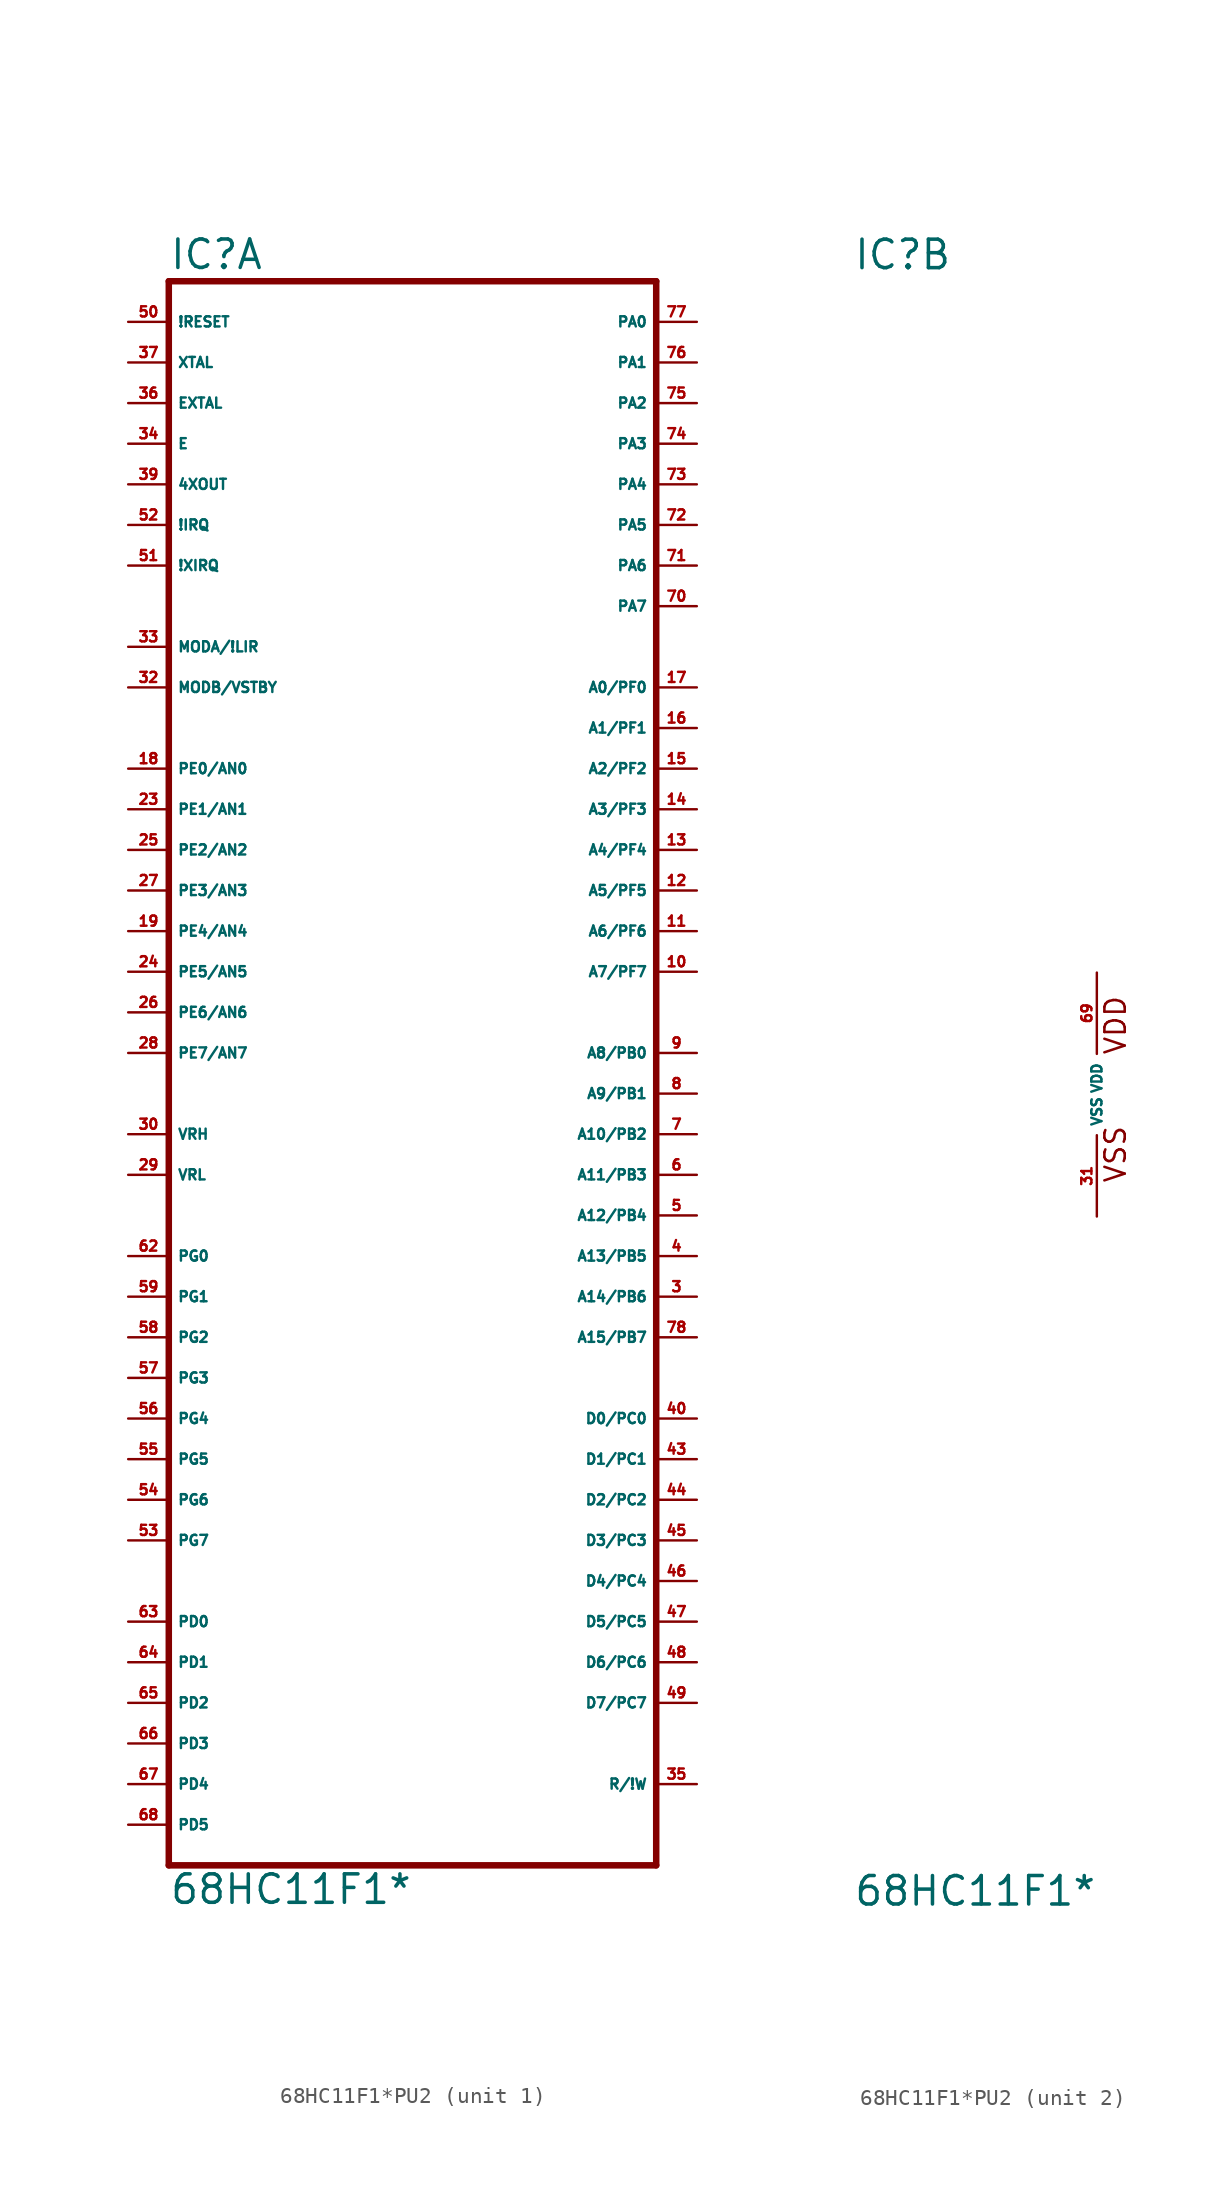
<source format=kicad_sym>
(kicad_symbol_lib
  (version 20220914)
  (generator Eagle2Kicad)
  (symbol "68HC11F1*PU2"
    (property "Reference" "IC"
      (at -15.24 51.435 0)
      (effects (font (size 1.778 1.778) (thickness 0.22)) (justify left bottom)))
    (property "Value" "68HC11F1*"
      (at -15.24 -50.8 0)
      (effects (font (size 1.778 1.778) (thickness 0.22)) (justify left bottom)))
    (symbol "68HC11F1*PU2_1_0"
      (polyline (pts (xy -15.24 -48.26) (xy 15.24 -48.26)) (stroke (width 0.406) (type default)) (fill (type none)))
      (polyline (pts (xy 15.24 -48.26) (xy 15.24 50.8)) (stroke (width 0.406) (type default)) (fill (type none)))
      (polyline (pts (xy 15.24 50.8) (xy -15.24 50.8)) (stroke (width 0.406) (type default)) (fill (type none)))
      (polyline (pts (xy -15.24 50.8) (xy -15.24 -48.26)) (stroke (width 0.406) (type default)) (fill (type none)))
      (pin bidirectional line (at -17.78 27.94 0) (length 2.54) (name "MODA/!LIR" (effects (font (size 0.635 0.635) (thickness 0.08)) (justify left bottom))) (number "33" (effects (font (size 0.635 0.635) (thickness 0.08)) (justify left bottom))))
      (pin output line (at -17.78 40.64 0) (length 2.54) (name "E" (effects (font (size 0.635 0.635) (thickness 0.08)) (justify left bottom))) (number "34" (effects (font (size 0.635 0.635) (thickness 0.08)) (justify left bottom))))
      (pin bidirectional line (at 17.78 -43.18 180) (length 2.54) (name "R/!W" (effects (font (size 0.635 0.635) (thickness 0.08)) (justify left bottom))) (number "35" (effects (font (size 0.635 0.635) (thickness 0.08)) (justify left bottom))))
      (pin input line (at -17.78 43.18 0) (length 2.54) (name "EXTAL" (effects (font (size 0.635 0.635) (thickness 0.08)) (justify left bottom))) (number "36" (effects (font (size 0.635 0.635) (thickness 0.08)) (justify left bottom))))
      (pin output line (at -17.78 45.72 0) (length 2.54) (name "XTAL" (effects (font (size 0.635 0.635) (thickness 0.08)) (justify left bottom))) (number "37" (effects (font (size 0.635 0.635) (thickness 0.08)) (justify left bottom))))
      (pin tri_state line (at 17.78 -20.32 180) (length 2.54) (name "D0/PC0" (effects (font (size 0.635 0.635) (thickness 0.08)) (justify left bottom))) (number "40" (effects (font (size 0.635 0.635) (thickness 0.08)) (justify left bottom))))
      (pin bidirectional line (at -17.78 48.26 0) (length 2.54) (name "!RESET" (effects (font (size 0.635 0.635) (thickness 0.08)) (justify left bottom))) (number "50" (effects (font (size 0.635 0.635) (thickness 0.08)) (justify left bottom))))
      (pin input line (at -17.78 33.02 0) (length 2.54) (name "!XIRQ" (effects (font (size 0.635 0.635) (thickness 0.08)) (justify left bottom))) (number "51" (effects (font (size 0.635 0.635) (thickness 0.08)) (justify left bottom))))
      (pin input line (at -17.78 35.56 0) (length 2.54) (name "!IRQ" (effects (font (size 0.635 0.635) (thickness 0.08)) (justify left bottom))) (number "52" (effects (font (size 0.635 0.635) (thickness 0.08)) (justify left bottom))))
      (pin bidirectional line (at -17.78 -33.02 0) (length 2.54) (name "PD0" (effects (font (size 0.635 0.635) (thickness 0.08)) (justify left bottom))) (number "63" (effects (font (size 0.635 0.635) (thickness 0.08)) (justify left bottom))))
      (pin bidirectional line (at -17.78 -35.56 0) (length 2.54) (name "PD1" (effects (font (size 0.635 0.635) (thickness 0.08)) (justify left bottom))) (number "64" (effects (font (size 0.635 0.635) (thickness 0.08)) (justify left bottom))))
      (pin bidirectional line (at -17.78 -38.1 0) (length 2.54) (name "PD2" (effects (font (size 0.635 0.635) (thickness 0.08)) (justify left bottom))) (number "65" (effects (font (size 0.635 0.635) (thickness 0.08)) (justify left bottom))))
      (pin bidirectional line (at -17.78 -40.64 0) (length 2.54) (name "PD3" (effects (font (size 0.635 0.635) (thickness 0.08)) (justify left bottom))) (number "66" (effects (font (size 0.635 0.635) (thickness 0.08)) (justify left bottom))))
      (pin bidirectional line (at -17.78 -43.18 0) (length 2.54) (name "PD4" (effects (font (size 0.635 0.635) (thickness 0.08)) (justify left bottom))) (number "67" (effects (font (size 0.635 0.635) (thickness 0.08)) (justify left bottom))))
      (pin bidirectional line (at -17.78 -45.72 0) (length 2.54) (name "PD5" (effects (font (size 0.635 0.635) (thickness 0.08)) (justify left bottom))) (number "68" (effects (font (size 0.635 0.635) (thickness 0.08)) (justify left bottom))))
      (pin output line (at 17.78 2.54 180) (length 2.54) (name "A8/PB0" (effects (font (size 0.635 0.635) (thickness 0.08)) (justify left bottom))) (number "9" (effects (font (size 0.635 0.635) (thickness 0.08)) (justify left bottom))))
      (pin bidirectional line (at 17.78 48.26 180) (length 2.54) (name "PA0" (effects (font (size 0.635 0.635) (thickness 0.08)) (justify left bottom))) (number "77" (effects (font (size 0.635 0.635) (thickness 0.08)) (justify left bottom))))
      (pin input line (at -17.78 20.32 0) (length 2.54) (name "PE0/AN0" (effects (font (size 0.635 0.635) (thickness 0.08)) (justify left bottom))) (number "18" (effects (font (size 0.635 0.635) (thickness 0.08)) (justify left bottom))))
      (pin input line (at -17.78 17.78 0) (length 2.54) (name "PE1/AN1" (effects (font (size 0.635 0.635) (thickness 0.08)) (justify left bottom))) (number "23" (effects (font (size 0.635 0.635) (thickness 0.08)) (justify left bottom))))
      (pin input line (at -17.78 15.24 0) (length 2.54) (name "PE2/AN2" (effects (font (size 0.635 0.635) (thickness 0.08)) (justify left bottom))) (number "25" (effects (font (size 0.635 0.635) (thickness 0.08)) (justify left bottom))))
      (pin input line (at -17.78 12.7 0) (length 2.54) (name "PE3/AN3" (effects (font (size 0.635 0.635) (thickness 0.08)) (justify left bottom))) (number "27" (effects (font (size 0.635 0.635) (thickness 0.08)) (justify left bottom))))
      (pin input line (at -17.78 10.16 0) (length 2.54) (name "PE4/AN4" (effects (font (size 0.635 0.635) (thickness 0.08)) (justify left bottom))) (number "19" (effects (font (size 0.635 0.635) (thickness 0.08)) (justify left bottom))))
      (pin input line (at -17.78 7.62 0) (length 2.54) (name "PE5/AN5" (effects (font (size 0.635 0.635) (thickness 0.08)) (justify left bottom))) (number "24" (effects (font (size 0.635 0.635) (thickness 0.08)) (justify left bottom))))
      (pin input line (at -17.78 5.08 0) (length 2.54) (name "PE6/AN6" (effects (font (size 0.635 0.635) (thickness 0.08)) (justify left bottom))) (number "26" (effects (font (size 0.635 0.635) (thickness 0.08)) (justify left bottom))))
      (pin input line (at -17.78 2.54 0) (length 2.54) (name "PE7/AN7" (effects (font (size 0.635 0.635) (thickness 0.08)) (justify left bottom))) (number "28" (effects (font (size 0.635 0.635) (thickness 0.08)) (justify left bottom))))
      (pin input line (at -17.78 -5.08 0) (length 2.54) (name "VRL" (effects (font (size 0.635 0.635) (thickness 0.08)) (justify left bottom))) (number "29" (effects (font (size 0.635 0.635) (thickness 0.08)) (justify left bottom))))
      (pin input line (at -17.78 -2.54 0) (length 2.54) (name "VRH" (effects (font (size 0.635 0.635) (thickness 0.08)) (justify left bottom))) (number "30" (effects (font (size 0.635 0.635) (thickness 0.08)) (justify left bottom))))
      (pin input line (at -17.78 25.4 0) (length 2.54) (name "MODB/VSTBY" (effects (font (size 0.635 0.635) (thickness 0.08)) (justify left bottom))) (number "32" (effects (font (size 0.635 0.635) (thickness 0.08)) (justify left bottom))))
      (pin bidirectional line (at -17.78 -10.16 0) (length 2.54) (name "PG0" (effects (font (size 0.635 0.635) (thickness 0.08)) (justify left bottom))) (number "62" (effects (font (size 0.635 0.635) (thickness 0.08)) (justify left bottom))))
      (pin bidirectional line (at -17.78 -12.7 0) (length 2.54) (name "PG1" (effects (font (size 0.635 0.635) (thickness 0.08)) (justify left bottom))) (number "59" (effects (font (size 0.635 0.635) (thickness 0.08)) (justify left bottom))))
      (pin bidirectional line (at -17.78 -15.24 0) (length 2.54) (name "PG2" (effects (font (size 0.635 0.635) (thickness 0.08)) (justify left bottom))) (number "58" (effects (font (size 0.635 0.635) (thickness 0.08)) (justify left bottom))))
      (pin bidirectional line (at -17.78 -17.78 0) (length 2.54) (name "PG3" (effects (font (size 0.635 0.635) (thickness 0.08)) (justify left bottom))) (number "57" (effects (font (size 0.635 0.635) (thickness 0.08)) (justify left bottom))))
      (pin bidirectional line (at -17.78 -20.32 0) (length 2.54) (name "PG4" (effects (font (size 0.635 0.635) (thickness 0.08)) (justify left bottom))) (number "56" (effects (font (size 0.635 0.635) (thickness 0.08)) (justify left bottom))))
      (pin bidirectional line (at -17.78 -22.86 0) (length 2.54) (name "PG5" (effects (font (size 0.635 0.635) (thickness 0.08)) (justify left bottom))) (number "55" (effects (font (size 0.635 0.635) (thickness 0.08)) (justify left bottom))))
      (pin bidirectional line (at -17.78 -25.4 0) (length 2.54) (name "PG6" (effects (font (size 0.635 0.635) (thickness 0.08)) (justify left bottom))) (number "54" (effects (font (size 0.635 0.635) (thickness 0.08)) (justify left bottom))))
      (pin bidirectional line (at -17.78 -27.94 0) (length 2.54) (name "PG7" (effects (font (size 0.635 0.635) (thickness 0.08)) (justify left bottom))) (number "53" (effects (font (size 0.635 0.635) (thickness 0.08)) (justify left bottom))))
      (pin output line (at -17.78 38.1 0) (length 2.54) (name "4XOUT" (effects (font (size 0.635 0.635) (thickness 0.08)) (justify left bottom))) (number "39" (effects (font (size 0.635 0.635) (thickness 0.08)) (justify left bottom))))
      (pin output line (at 17.78 25.4 180) (length 2.54) (name "A0/PF0" (effects (font (size 0.635 0.635) (thickness 0.08)) (justify left bottom))) (number "17" (effects (font (size 0.635 0.635) (thickness 0.08)) (justify left bottom))))
      (pin output line (at 17.78 22.86 180) (length 2.54) (name "A1/PF1" (effects (font (size 0.635 0.635) (thickness 0.08)) (justify left bottom))) (number "16" (effects (font (size 0.635 0.635) (thickness 0.08)) (justify left bottom))))
      (pin output line (at 17.78 20.32 180) (length 2.54) (name "A2/PF2" (effects (font (size 0.635 0.635) (thickness 0.08)) (justify left bottom))) (number "15" (effects (font (size 0.635 0.635) (thickness 0.08)) (justify left bottom))))
      (pin output line (at 17.78 17.78 180) (length 2.54) (name "A3/PF3" (effects (font (size 0.635 0.635) (thickness 0.08)) (justify left bottom))) (number "14" (effects (font (size 0.635 0.635) (thickness 0.08)) (justify left bottom))))
      (pin output line (at 17.78 15.24 180) (length 2.54) (name "A4/PF4" (effects (font (size 0.635 0.635) (thickness 0.08)) (justify left bottom))) (number "13" (effects (font (size 0.635 0.635) (thickness 0.08)) (justify left bottom))))
      (pin output line (at 17.78 12.7 180) (length 2.54) (name "A5/PF5" (effects (font (size 0.635 0.635) (thickness 0.08)) (justify left bottom))) (number "12" (effects (font (size 0.635 0.635) (thickness 0.08)) (justify left bottom))))
      (pin output line (at 17.78 10.16 180) (length 2.54) (name "A6/PF6" (effects (font (size 0.635 0.635) (thickness 0.08)) (justify left bottom))) (number "11" (effects (font (size 0.635 0.635) (thickness 0.08)) (justify left bottom))))
      (pin output line (at 17.78 7.62 180) (length 2.54) (name "A7/PF7" (effects (font (size 0.635 0.635) (thickness 0.08)) (justify left bottom))) (number "10" (effects (font (size 0.635 0.635) (thickness 0.08)) (justify left bottom))))
      (pin output line (at 17.78 0 180) (length 2.54) (name "A9/PB1" (effects (font (size 0.635 0.635) (thickness 0.08)) (justify left bottom))) (number "8" (effects (font (size 0.635 0.635) (thickness 0.08)) (justify left bottom))))
      (pin output line (at 17.78 -2.54 180) (length 2.54) (name "A10/PB2" (effects (font (size 0.635 0.635) (thickness 0.08)) (justify left bottom))) (number "7" (effects (font (size 0.635 0.635) (thickness 0.08)) (justify left bottom))))
      (pin output line (at 17.78 -5.08 180) (length 2.54) (name "A11/PB3" (effects (font (size 0.635 0.635) (thickness 0.08)) (justify left bottom))) (number "6" (effects (font (size 0.635 0.635) (thickness 0.08)) (justify left bottom))))
      (pin output line (at 17.78 -7.62 180) (length 2.54) (name "A12/PB4" (effects (font (size 0.635 0.635) (thickness 0.08)) (justify left bottom))) (number "5" (effects (font (size 0.635 0.635) (thickness 0.08)) (justify left bottom))))
      (pin output line (at 17.78 -10.16 180) (length 2.54) (name "A13/PB5" (effects (font (size 0.635 0.635) (thickness 0.08)) (justify left bottom))) (number "4" (effects (font (size 0.635 0.635) (thickness 0.08)) (justify left bottom))))
      (pin output line (at 17.78 -12.7 180) (length 2.54) (name "A14/PB6" (effects (font (size 0.635 0.635) (thickness 0.08)) (justify left bottom))) (number "3" (effects (font (size 0.635 0.635) (thickness 0.08)) (justify left bottom))))
      (pin output line (at 17.78 -15.24 180) (length 2.54) (name "A15/PB7" (effects (font (size 0.635 0.635) (thickness 0.08)) (justify left bottom))) (number "78" (effects (font (size 0.635 0.635) (thickness 0.08)) (justify left bottom))))
      (pin bidirectional line (at 17.78 45.72 180) (length 2.54) (name "PA1" (effects (font (size 0.635 0.635) (thickness 0.08)) (justify left bottom))) (number "76" (effects (font (size 0.635 0.635) (thickness 0.08)) (justify left bottom))))
      (pin bidirectional line (at 17.78 43.18 180) (length 2.54) (name "PA2" (effects (font (size 0.635 0.635) (thickness 0.08)) (justify left bottom))) (number "75" (effects (font (size 0.635 0.635) (thickness 0.08)) (justify left bottom))))
      (pin bidirectional line (at 17.78 40.64 180) (length 2.54) (name "PA3" (effects (font (size 0.635 0.635) (thickness 0.08)) (justify left bottom))) (number "74" (effects (font (size 0.635 0.635) (thickness 0.08)) (justify left bottom))))
      (pin bidirectional line (at 17.78 38.1 180) (length 2.54) (name "PA4" (effects (font (size 0.635 0.635) (thickness 0.08)) (justify left bottom))) (number "73" (effects (font (size 0.635 0.635) (thickness 0.08)) (justify left bottom))))
      (pin bidirectional line (at 17.78 35.56 180) (length 2.54) (name "PA5" (effects (font (size 0.635 0.635) (thickness 0.08)) (justify left bottom))) (number "72" (effects (font (size 0.635 0.635) (thickness 0.08)) (justify left bottom))))
      (pin bidirectional line (at 17.78 33.02 180) (length 2.54) (name "PA6" (effects (font (size 0.635 0.635) (thickness 0.08)) (justify left bottom))) (number "71" (effects (font (size 0.635 0.635) (thickness 0.08)) (justify left bottom))))
      (pin bidirectional line (at 17.78 30.48 180) (length 2.54) (name "PA7" (effects (font (size 0.635 0.635) (thickness 0.08)) (justify left bottom))) (number "70" (effects (font (size 0.635 0.635) (thickness 0.08)) (justify left bottom))))
      (pin tri_state line (at 17.78 -22.86 180) (length 2.54) (name "D1/PC1" (effects (font (size 0.635 0.635) (thickness 0.08)) (justify left bottom))) (number "43" (effects (font (size 0.635 0.635) (thickness 0.08)) (justify left bottom))))
      (pin tri_state line (at 17.78 -25.4 180) (length 2.54) (name "D2/PC2" (effects (font (size 0.635 0.635) (thickness 0.08)) (justify left bottom))) (number "44" (effects (font (size 0.635 0.635) (thickness 0.08)) (justify left bottom))))
      (pin tri_state line (at 17.78 -27.94 180) (length 2.54) (name "D3/PC3" (effects (font (size 0.635 0.635) (thickness 0.08)) (justify left bottom))) (number "45" (effects (font (size 0.635 0.635) (thickness 0.08)) (justify left bottom))))
      (pin tri_state line (at 17.78 -30.48 180) (length 2.54) (name "D4/PC4" (effects (font (size 0.635 0.635) (thickness 0.08)) (justify left bottom))) (number "46" (effects (font (size 0.635 0.635) (thickness 0.08)) (justify left bottom))))
      (pin tri_state line (at 17.78 -33.02 180) (length 2.54) (name "D5/PC5" (effects (font (size 0.635 0.635) (thickness 0.08)) (justify left bottom))) (number "47" (effects (font (size 0.635 0.635) (thickness 0.08)) (justify left bottom))))
      (pin tri_state line (at 17.78 -35.56 180) (length 2.54) (name "D6/PC6" (effects (font (size 0.635 0.635) (thickness 0.08)) (justify left bottom))) (number "48" (effects (font (size 0.635 0.635) (thickness 0.08)) (justify left bottom))))
      (pin tri_state line (at 17.78 -38.1 180) (length 2.54) (name "D7/PC7" (effects (font (size 0.635 0.635) (thickness 0.08)) (justify left bottom))) (number "49" (effects (font (size 0.635 0.635) (thickness 0.08)) (justify left bottom)))))
    (symbol "68HC11F1*PU2_2_0"
      (text "VSS" (at 1.905 -5.588 900) (effects (font (size 1.27 1.27) (thickness 0.16)) (justify left bottom)))
      (text "VDD" (at 1.905 2.413 900) (effects (font (size 1.27 1.27) (thickness 0.16)) (justify left bottom)))
      (pin unspecified line (at 0 -7.62 90) (length 5.08) (name "VSS" (effects (font (size 0.635 0.635) (thickness 0.08)) (justify left bottom))) (number "31" (effects (font (size 0.635 0.635) (thickness 0.08)) (justify left bottom))))
      (pin unspecified line (at 0 7.62 270) (length 5.08) (name "VDD" (effects (font (size 0.635 0.635) (thickness 0.08)) (justify left bottom))) (number "69" (effects (font (size 0.635 0.635) (thickness 0.08)) (justify left bottom)))))))
</source>
